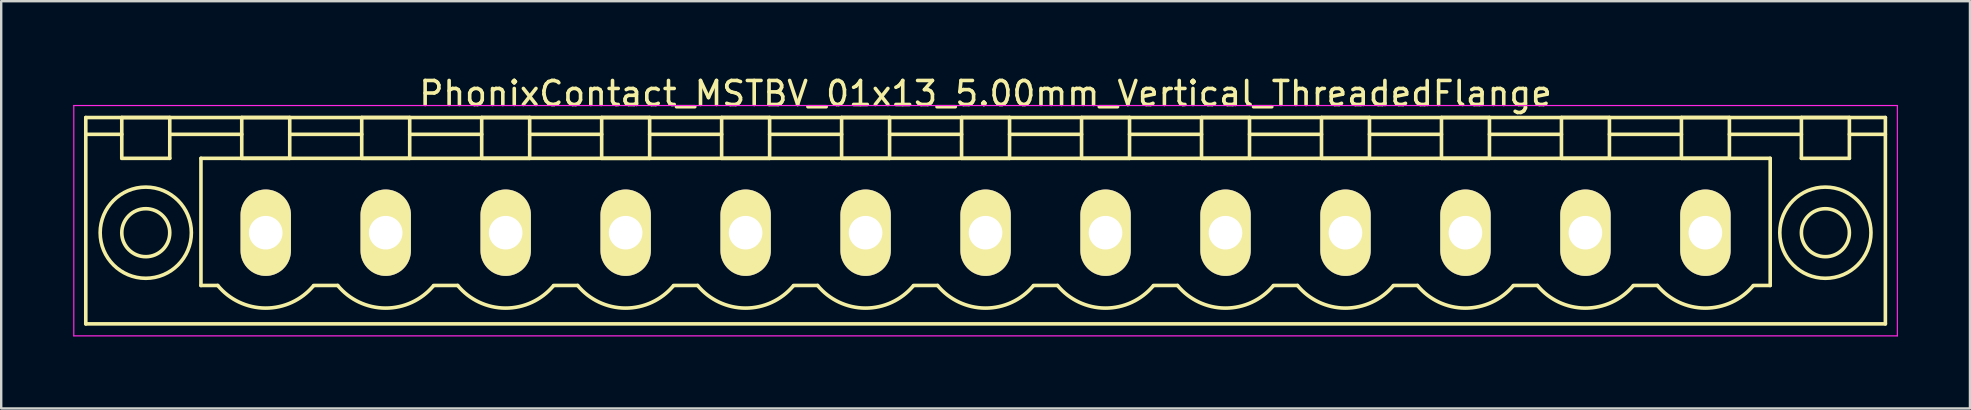
<source format=kicad_pcb>
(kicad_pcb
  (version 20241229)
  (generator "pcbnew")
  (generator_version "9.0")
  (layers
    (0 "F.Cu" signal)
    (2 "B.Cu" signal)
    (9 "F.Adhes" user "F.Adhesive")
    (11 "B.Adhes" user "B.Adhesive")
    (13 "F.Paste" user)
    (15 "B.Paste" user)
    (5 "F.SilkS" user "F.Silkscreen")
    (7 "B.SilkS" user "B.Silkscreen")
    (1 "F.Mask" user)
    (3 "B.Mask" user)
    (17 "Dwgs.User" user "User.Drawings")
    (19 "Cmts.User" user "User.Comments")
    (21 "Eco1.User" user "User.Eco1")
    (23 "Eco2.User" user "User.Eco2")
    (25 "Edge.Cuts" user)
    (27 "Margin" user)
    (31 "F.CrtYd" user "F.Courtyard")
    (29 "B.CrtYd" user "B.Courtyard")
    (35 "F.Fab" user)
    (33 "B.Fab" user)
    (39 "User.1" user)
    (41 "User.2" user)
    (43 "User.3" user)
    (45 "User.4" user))
  (footprint "PhonixContact_MSTBV_01x13_5.00mm_Vertical_ThreadedFlange"
    (layer "F.Cu")
    (at 8.025 6.648)
    (property "Reference" "PhonixContact_MSTBV_01x13_5.00mm_Vertical_ThreadedFlange" (at 30 -5.8 0) (layer "F.SilkS") (effects (font (size 1 1) (thickness 0.15))))
    (attr through_hole)
    (fp_line (start -7.5 -4.8) (end -7.5 3.8) (stroke (width 0.15) (type solid)) (layer "F.SilkS"))
    (fp_line (start -7.5 -4.1) (end -6 -4.1) (stroke (width 0.15) (type solid)) (layer "F.SilkS"))
    (fp_line (start -7.5 3.8) (end 67.5 3.8) (stroke (width 0.15) (type solid)) (layer "F.SilkS"))
    (fp_line (start -6 -4.8) (end -4 -4.8) (stroke (width 0.15) (type solid)) (layer "F.SilkS"))
    (fp_line (start -6 -3.1) (end -6 -4.8) (stroke (width 0.15) (type solid)) (layer "F.SilkS"))
    (fp_line (start -4 -4.8) (end -4 -3.1) (stroke (width 0.15) (type solid)) (layer "F.SilkS"))
    (fp_line (start -4 -4.1) (end -1 -4.1) (stroke (width 0.15) (type solid)) (layer "F.SilkS"))
    (fp_line (start -4 -3.1) (end -6 -3.1) (stroke (width 0.15) (type solid)) (layer "F.SilkS"))
    (fp_line (start -2.7 -3.1) (end 62.7 -3.1) (stroke (width 0.15) (type solid)) (layer "F.SilkS"))
    (fp_line (start -2.7 2.2) (end -2.7 -3.1) (stroke (width 0.15) (type solid)) (layer "F.SilkS"))
    (fp_line (start -2 2.2) (end -2.7 2.2) (stroke (width 0.15) (type solid)) (layer "F.SilkS"))
    (fp_line (start -1 -4.8) (end 1 -4.8) (stroke (width 0.15) (type solid)) (layer "F.SilkS"))
    (fp_line (start -1 -3.1) (end -1 -4.8) (stroke (width 0.15) (type solid)) (layer "F.SilkS"))
    (fp_line (start 1 -4.8) (end 1 -3.1) (stroke (width 0.15) (type solid)) (layer "F.SilkS"))
    (fp_line (start 1 -4.1) (end 4 -4.1) (stroke (width 0.15) (type solid)) (layer "F.SilkS"))
    (fp_line (start 1 -3.1) (end -1 -3.1) (stroke (width 0.15) (type solid)) (layer "F.SilkS"))
    (fp_line (start 2 2.2) (end 3 2.2) (stroke (width 0.15) (type solid)) (layer "F.SilkS"))
    (fp_line (start 4 -4.8) (end 6 -4.8) (stroke (width 0.15) (type solid)) (layer "F.SilkS"))
    (fp_line (start 4 -3.1) (end 4 -4.8) (stroke (width 0.15) (type solid)) (layer "F.SilkS"))
    (fp_line (start 6 -4.8) (end 6 -3.1) (stroke (width 0.15) (type solid)) (layer "F.SilkS"))
    (fp_line (start 6 -4.1) (end 9 -4.1) (stroke (width 0.15) (type solid)) (layer "F.SilkS"))
    (fp_line (start 6 -3.1) (end 4 -3.1) (stroke (width 0.15) (type solid)) (layer "F.SilkS"))
    (fp_line (start 7 2.2) (end 8 2.2) (stroke (width 0.15) (type solid)) (layer "F.SilkS"))
    (fp_line (start 9 -4.8) (end 11 -4.8) (stroke (width 0.15) (type solid)) (layer "F.SilkS"))
    (fp_line (start 9 -3.1) (end 9 -4.8) (stroke (width 0.15) (type solid)) (layer "F.SilkS"))
    (fp_line (start 11 -4.8) (end 11 -3.1) (stroke (width 0.15) (type solid)) (layer "F.SilkS"))
    (fp_line (start 11 -4.1) (end 14 -4.1) (stroke (width 0.15) (type solid)) (layer "F.SilkS"))
    (fp_line (start 11 -3.1) (end 9 -3.1) (stroke (width 0.15) (type solid)) (layer "F.SilkS"))
    (fp_line (start 12 2.2) (end 13 2.2) (stroke (width 0.15) (type solid)) (layer "F.SilkS"))
    (fp_line (start 14 -4.8) (end 16 -4.8) (stroke (width 0.15) (type solid)) (layer "F.SilkS"))
    (fp_line (start 14 -3.1) (end 14 -4.8) (stroke (width 0.15) (type solid)) (layer "F.SilkS"))
    (fp_line (start 16 -4.8) (end 16 -3.1) (stroke (width 0.15) (type solid)) (layer "F.SilkS"))
    (fp_line (start 16 -4.1) (end 19 -4.1) (stroke (width 0.15) (type solid)) (layer "F.SilkS"))
    (fp_line (start 16 -3.1) (end 14 -3.1) (stroke (width 0.15) (type solid)) (layer "F.SilkS"))
    (fp_line (start 17 2.2) (end 18 2.2) (stroke (width 0.15) (type solid)) (layer "F.SilkS"))
    (fp_line (start 19 -4.8) (end 21 -4.8) (stroke (width 0.15) (type solid)) (layer "F.SilkS"))
    (fp_line (start 19 -3.1) (end 19 -4.8) (stroke (width 0.15) (type solid)) (layer "F.SilkS"))
    (fp_line (start 21 -4.8) (end 21 -3.1) (stroke (width 0.15) (type solid)) (layer "F.SilkS"))
    (fp_line (start 21 -4.1) (end 24 -4.1) (stroke (width 0.15) (type solid)) (layer "F.SilkS"))
    (fp_line (start 21 -3.1) (end 19 -3.1) (stroke (width 0.15) (type solid)) (layer "F.SilkS"))
    (fp_line (start 22 2.2) (end 23 2.2) (stroke (width 0.15) (type solid)) (layer "F.SilkS"))
    (fp_line (start 24 -4.8) (end 26 -4.8) (stroke (width 0.15) (type solid)) (layer "F.SilkS"))
    (fp_line (start 24 -3.1) (end 24 -4.8) (stroke (width 0.15) (type solid)) (layer "F.SilkS"))
    (fp_line (start 26 -4.8) (end 26 -3.1) (stroke (width 0.15) (type solid)) (layer "F.SilkS"))
    (fp_line (start 26 -4.1) (end 29 -4.1) (stroke (width 0.15) (type solid)) (layer "F.SilkS"))
    (fp_line (start 26 -3.1) (end 24 -3.1) (stroke (width 0.15) (type solid)) (layer "F.SilkS"))
    (fp_line (start 27 2.2) (end 28 2.2) (stroke (width 0.15) (type solid)) (layer "F.SilkS"))
    (fp_line (start 29 -4.8) (end 31 -4.8) (stroke (width 0.15) (type solid)) (layer "F.SilkS"))
    (fp_line (start 29 -3.1) (end 29 -4.8) (stroke (width 0.15) (type solid)) (layer "F.SilkS"))
    (fp_line (start 31 -4.8) (end 31 -3.1) (stroke (width 0.15) (type solid)) (layer "F.SilkS"))
    (fp_line (start 31 -4.1) (end 34 -4.1) (stroke (width 0.15) (type solid)) (layer "F.SilkS"))
    (fp_line (start 31 -3.1) (end 29 -3.1) (stroke (width 0.15) (type solid)) (layer "F.SilkS"))
    (fp_line (start 32 2.2) (end 33 2.2) (stroke (width 0.15) (type solid)) (layer "F.SilkS"))
    (fp_line (start 34 -4.8) (end 36 -4.8) (stroke (width 0.15) (type solid)) (layer "F.SilkS"))
    (fp_line (start 34 -3.1) (end 34 -4.8) (stroke (width 0.15) (type solid)) (layer "F.SilkS"))
    (fp_line (start 36 -4.8) (end 36 -3.1) (stroke (width 0.15) (type solid)) (layer "F.SilkS"))
    (fp_line (start 36 -4.1) (end 39 -4.1) (stroke (width 0.15) (type solid)) (layer "F.SilkS"))
    (fp_line (start 36 -3.1) (end 34 -3.1) (stroke (width 0.15) (type solid)) (layer "F.SilkS"))
    (fp_line (start 37 2.2) (end 38 2.2) (stroke (width 0.15) (type solid)) (layer "F.SilkS"))
    (fp_line (start 39 -4.8) (end 41 -4.8) (stroke (width 0.15) (type solid)) (layer "F.SilkS"))
    (fp_line (start 39 -3.1) (end 39 -4.8) (stroke (width 0.15) (type solid)) (layer "F.SilkS"))
    (fp_line (start 41 -4.8) (end 41 -3.1) (stroke (width 0.15) (type solid)) (layer "F.SilkS"))
    (fp_line (start 41 -4.1) (end 44 -4.1) (stroke (width 0.15) (type solid)) (layer "F.SilkS"))
    (fp_line (start 41 -3.1) (end 39 -3.1) (stroke (width 0.15) (type solid)) (layer "F.SilkS"))
    (fp_line (start 42 2.2) (end 43 2.2) (stroke (width 0.15) (type solid)) (layer "F.SilkS"))
    (fp_line (start 44 -4.8) (end 46 -4.8) (stroke (width 0.15) (type solid)) (layer "F.SilkS"))
    (fp_line (start 44 -3.1) (end 44 -4.8) (stroke (width 0.15) (type solid)) (layer "F.SilkS"))
    (fp_line (start 46 -4.8) (end 46 -3.1) (stroke (width 0.15) (type solid)) (layer "F.SilkS"))
    (fp_line (start 46 -4.1) (end 49 -4.1) (stroke (width 0.15) (type solid)) (layer "F.SilkS"))
    (fp_line (start 46 -3.1) (end 44 -3.1) (stroke (width 0.15) (type solid)) (layer "F.SilkS"))
    (fp_line (start 47 2.2) (end 48 2.2) (stroke (width 0.15) (type solid)) (layer "F.SilkS"))
    (fp_line (start 49 -4.8) (end 51 -4.8) (stroke (width 0.15) (type solid)) (layer "F.SilkS"))
    (fp_line (start 49 -3.1) (end 49 -4.8) (stroke (width 0.15) (type solid)) (layer "F.SilkS"))
    (fp_line (start 51 -4.8) (end 51 -3.1) (stroke (width 0.15) (type solid)) (layer "F.SilkS"))
    (fp_line (start 51 -4.1) (end 54 -4.1) (stroke (width 0.15) (type solid)) (layer "F.SilkS"))
    (fp_line (start 51 -3.1) (end 49 -3.1) (stroke (width 0.15) (type solid)) (layer "F.SilkS"))
    (fp_line (start 52 2.2) (end 53 2.2) (stroke (width 0.15) (type solid)) (layer "F.SilkS"))
    (fp_line (start 54 -4.8) (end 56 -4.8) (stroke (width 0.15) (type solid)) (layer "F.SilkS"))
    (fp_line (start 54 -3.1) (end 54 -4.8) (stroke (width 0.15) (type solid)) (layer "F.SilkS"))
    (fp_line (start 56 -4.8) (end 56 -3.1) (stroke (width 0.15) (type solid)) (layer "F.SilkS"))
    (fp_line (start 56 -4.1) (end 59 -4.1) (stroke (width 0.15) (type solid)) (layer "F.SilkS"))
    (fp_line (start 56 -3.1) (end 54 -3.1) (stroke (width 0.15) (type solid)) (layer "F.SilkS"))
    (fp_line (start 57 2.2) (end 58 2.2) (stroke (width 0.15) (type solid)) (layer "F.SilkS"))
    (fp_line (start 59 -4.8) (end 61 -4.8) (stroke (width 0.15) (type solid)) (layer "F.SilkS"))
    (fp_line (start 59 -3.1) (end 59 -4.8) (stroke (width 0.15) (type solid)) (layer "F.SilkS"))
    (fp_line (start 61 -4.8) (end 61 -3.1) (stroke (width 0.15) (type solid)) (layer "F.SilkS"))
    (fp_line (start 61 -4.1) (end 64 -4.1) (stroke (width 0.15) (type solid)) (layer "F.SilkS"))
    (fp_line (start 61 -3.1) (end 59 -3.1) (stroke (width 0.15) (type solid)) (layer "F.SilkS"))
    (fp_line (start 62.7 -3.1) (end 62.7 2.2) (stroke (width 0.15) (type solid)) (layer "F.SilkS"))
    (fp_line (start 62.7 2.2) (end 62 2.2) (stroke (width 0.15) (type solid)) (layer "F.SilkS"))
    (fp_line (start 64 -4.8) (end 66 -4.8) (stroke (width 0.15) (type solid)) (layer "F.SilkS"))
    (fp_line (start 64 -3.1) (end 64 -4.8) (stroke (width 0.15) (type solid)) (layer "F.SilkS"))
    (fp_line (start 66 -4.8) (end 66 -3.1) (stroke (width 0.15) (type solid)) (layer "F.SilkS"))
    (fp_line (start 66 -3.1) (end 64 -3.1) (stroke (width 0.15) (type solid)) (layer "F.SilkS"))
    (fp_line (start 67.5 -4.8) (end -7.5 -4.8) (stroke (width 0.15) (type solid)) (layer "F.SilkS"))
    (fp_line (start 67.5 -4.1) (end 66 -4.1) (stroke (width 0.15) (type solid)) (layer "F.SilkS"))
    (fp_line (start 67.5 3.8) (end 67.5 -4.8) (stroke (width 0.15) (type solid)) (layer "F.SilkS"))
    (fp_arc (start 1.986842 2.215821) (mid -0.010289 3.142758) (end -2 2.2) (stroke (width 0.15) (type solid)) (layer "F.SilkS"))
    (fp_arc (start 6.986842 2.215821) (mid 4.989711 3.142758) (end 3 2.2) (stroke (width 0.15) (type solid)) (layer "F.SilkS"))
    (fp_arc (start 11.986842 2.215821) (mid 9.989711 3.142758) (end 8 2.2) (stroke (width 0.15) (type solid)) (layer "F.SilkS"))
    (fp_arc (start 16.986842 2.215821) (mid 14.989711 3.142758) (end 13 2.2) (stroke (width 0.15) (type solid)) (layer "F.SilkS"))
    (fp_arc (start 21.986842 2.215821) (mid 19.989711 3.142758) (end 18 2.2) (stroke (width 0.15) (type solid)) (layer "F.SilkS"))
    (fp_arc (start 26.986842 2.215821) (mid 24.989711 3.142758) (end 23 2.2) (stroke (width 0.15) (type solid)) (layer "F.SilkS"))
    (fp_arc (start 31.986842 2.215821) (mid 29.989711 3.142758) (end 28 2.2) (stroke (width 0.15) (type solid)) (layer "F.SilkS"))
    (fp_arc (start 36.986842 2.215821) (mid 34.989711 3.142758) (end 33 2.2) (stroke (width 0.15) (type solid)) (layer "F.SilkS"))
    (fp_arc (start 41.986842 2.215821) (mid 39.989711 3.142758) (end 38 2.2) (stroke (width 0.15) (type solid)) (layer "F.SilkS"))
    (fp_arc (start 46.986842 2.215821) (mid 44.989711 3.142758) (end 43 2.2) (stroke (width 0.15) (type solid)) (layer "F.SilkS"))
    (fp_arc (start 51.986842 2.215821) (mid 49.989711 3.142758) (end 48 2.2) (stroke (width 0.15) (type solid)) (layer "F.SilkS"))
    (fp_arc (start 56.986842 2.215821) (mid 54.989711 3.142758) (end 53 2.2) (stroke (width 0.15) (type solid)) (layer "F.SilkS"))
    (fp_arc (start 61.986842 2.215821) (mid 59.989711 3.142758) (end 58 2.2) (stroke (width 0.15) (type solid)) (layer "F.SilkS"))
    (fp_circle (center -5 0) (end -4 0) (stroke (width 0.15) (type solid)) (fill no) (layer "F.SilkS"))
    (fp_circle (center -5 0) (end -3.1 0) (stroke (width 0.15) (type solid)) (fill no) (layer "F.SilkS"))
    (fp_circle (center 65 0) (end 66 0) (stroke (width 0.15) (type solid)) (fill no) (layer "F.SilkS"))
    (fp_circle (center 65 0) (end 66.9 0) (stroke (width 0.15) (type solid)) (fill no) (layer "F.SilkS"))
    (fp_line (start -8 -5.3) (end -8 4.3) (stroke (width 0.05) (type solid)) (layer "F.CrtYd"))
    (fp_line (start -8 4.3) (end 68 4.3) (stroke (width 0.05) (type solid)) (layer "F.CrtYd"))
    (fp_line (start 68 -5.3) (end -8 -5.3) (stroke (width 0.05) (type solid)) (layer "F.CrtYd"))
    (fp_line (start 68 4.3) (end 68 -5.3) (stroke (width 0.05) (type solid)) (layer "F.CrtYd"))
    (pad "1" thru_hole oval (at 0 0) (size 2.1 3.6) (drill 1.4) (layers "*.Cu" "*.Mask" "F.SilkS"))
    (pad "2" thru_hole oval (at 5 0) (size 2.1 3.6) (drill 1.4) (layers "*.Cu" "*.Mask" "F.SilkS"))
    (pad "3" thru_hole oval (at 10 0) (size 2.1 3.6) (drill 1.4) (layers "*.Cu" "*.Mask" "F.SilkS"))
    (pad "4" thru_hole oval (at 15 0) (size 2.1 3.6) (drill 1.4) (layers "*.Cu" "*.Mask" "F.SilkS"))
    (pad "5" thru_hole oval (at 20 0) (size 2.1 3.6) (drill 1.4) (layers "*.Cu" "*.Mask" "F.SilkS"))
    (pad "6" thru_hole oval (at 25 0) (size 2.1 3.6) (drill 1.4) (layers "*.Cu" "*.Mask" "F.SilkS"))
    (pad "7" thru_hole oval (at 30 0) (size 2.1 3.6) (drill 1.4) (layers "*.Cu" "*.Mask" "F.SilkS"))
    (pad "8" thru_hole oval (at 35 0) (size 2.1 3.6) (drill 1.4) (layers "*.Cu" "*.Mask" "F.SilkS"))
    (pad "9" thru_hole oval (at 40 0) (size 2.1 3.6) (drill 1.4) (layers "*.Cu" "*.Mask" "F.SilkS"))
    (pad "10" thru_hole oval (at 45 0) (size 2.1 3.6) (drill 1.4) (layers "*.Cu" "*.Mask" "F.SilkS"))
    (pad "11" thru_hole oval (at 50 0) (size 2.1 3.6) (drill 1.4) (layers "*.Cu" "*.Mask" "F.SilkS"))
    (pad "12" thru_hole oval (at 55 0) (size 2.1 3.6) (drill 1.4) (layers "*.Cu" "*.Mask" "F.SilkS"))
    (pad "13" thru_hole oval (at 60 0) (size 2.1 3.6) (drill 1.4) (layers "*.Cu" "*.Mask" "F.SilkS")))
  (gr_rect
    (start -3 -3)
    (end 79.05 13.973)
    (stroke (width 0.1) (type default))
    (fill no)
    (layer "Edge.Cuts")))
</source>
